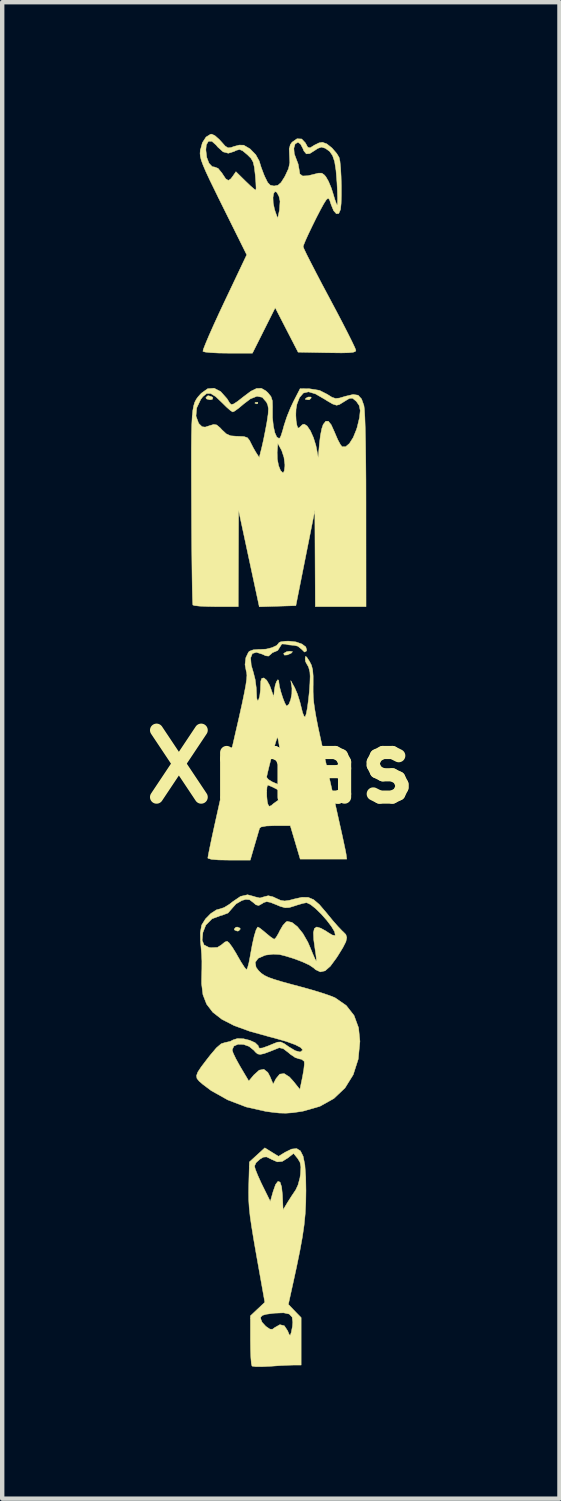
<source format=kicad_pcb>
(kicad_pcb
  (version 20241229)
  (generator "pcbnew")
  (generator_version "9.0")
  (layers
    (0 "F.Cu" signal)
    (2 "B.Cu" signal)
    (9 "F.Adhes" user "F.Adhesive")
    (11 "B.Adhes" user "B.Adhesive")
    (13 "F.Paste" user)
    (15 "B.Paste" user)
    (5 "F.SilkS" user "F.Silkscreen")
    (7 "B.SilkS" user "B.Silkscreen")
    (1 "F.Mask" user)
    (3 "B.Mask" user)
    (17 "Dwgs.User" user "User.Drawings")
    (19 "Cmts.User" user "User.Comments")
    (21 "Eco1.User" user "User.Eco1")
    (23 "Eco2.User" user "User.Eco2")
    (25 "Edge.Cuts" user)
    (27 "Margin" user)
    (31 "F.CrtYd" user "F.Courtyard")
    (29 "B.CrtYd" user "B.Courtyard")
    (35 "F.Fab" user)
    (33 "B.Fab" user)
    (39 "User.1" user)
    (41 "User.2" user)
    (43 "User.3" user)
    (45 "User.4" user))
  (footprint "Xmas"
    (layer "F.Cu")
    (at 3.346 14.414)
    (property "Reference" "Xmas" (at 0 0 0) (layer "F.SilkS") (effects (font (size 1.524 1.524) (thickness 0.3))))
    (attr through_hole)
    (fp_poly (pts (xy -0.523 -8.297) (xy -0.53 -8.27) (xy -0.554 -8.267) (xy -0.592 -8.283) (xy -0.585 -8.297) (xy -0.53 -8.303) (xy -0.523 -8.297)) (stroke (width 0.01) (type solid)) (fill yes) (layer "F.SilkS"))
    (fp_poly (pts (xy -1.564 -8.423) (xy -1.547 -8.405) (xy -1.561 -8.369) (xy -1.614 -8.359) (xy -1.69 -8.378) (xy -1.709 -8.405) (xy -1.672 -8.447) (xy -1.642 -8.451) (xy -1.564 -8.423)) (stroke (width 0.01) (type solid)) (fill yes) (layer "F.SilkS"))
    (fp_poly (pts (xy -0.931 3.673) (xy -0.924 3.695) (xy -0.961 3.736) (xy -0.993 3.741) (xy -1.054 3.716) (xy -1.062 3.695) (xy -1.025 3.654) (xy -0.993 3.648) (xy -0.931 3.673)) (stroke (width 0.01) (type solid)) (fill yes) (layer "F.SilkS"))
    (fp_poly (pts (xy 0.693 -8.404) (xy 0.655 -8.364) (xy 0.623 -8.359) (xy 0.562 -8.369) (xy 0.554 -8.377) (xy 0.59 -8.407) (xy 0.623 -8.422) (xy 0.683 -8.423) (xy 0.693 -8.404)) (stroke (width 0.01) (type solid)) (fill yes) (layer "F.SilkS"))
    (fp_poly (pts (xy 0.265 -2.624) (xy 0.246 -2.597) (xy 0.231 -2.586) (xy 0.145 -2.548) (xy 0.08 -2.545) (xy 0.065 -2.577) (xy 0.069 -2.586) (xy 0.134 -2.623) (xy 0.199 -2.632) (xy 0.265 -2.624)) (stroke (width 0.01) (type solid)) (fill yes) (layer "F.SilkS"))
    (fp_poly (pts (xy -0.209 8.774) (xy -0.053 8.87) (xy 0.1 8.776) (xy 0.245 8.705) (xy 0.36 8.693) (xy 0.446 8.746) (xy 0.507 8.868) (xy 0.547 9.066) (xy 0.567 9.346) (xy 0.572 9.652) (xy 0.568 9.924) (xy 0.555 10.178) (xy 0.53 10.434) (xy 0.49 10.709) (xy 0.433 11.023) (xy 0.357 11.394) (xy 0.291 11.698) (xy 0.171 12.242) (xy 0.316 12.393) (xy 0.462 12.543) (xy 0.462 13.624) (xy 0.289 13.624) (xy 0.157 13.628) (xy -0.029 13.637) (xy -0.231 13.651) (xy -0.254 13.652) (xy -0.431 13.661) (xy -0.571 13.66) (xy -0.65 13.649) (xy -0.658 13.644) (xy -0.672 13.586) (xy -0.683 13.456) (xy -0.69 13.272) (xy -0.693 13.056) (xy -0.693 12.562) (xy -0.462 12.562) (xy -0.428 12.648) (xy -0.345 12.739) (xy -0.339 12.744) (xy -0.25 12.805) (xy -0.191 12.808) (xy -0.139 12.77) (xy -0.022 12.704) (xy 0.079 12.729) (xy 0.153 12.841) (xy 0.154 12.842) (xy 0.192 12.934) (xy 0.214 12.946) (xy 0.236 12.884) (xy 0.238 12.877) (xy 0.264 12.742) (xy 0.272 12.648) (xy 0.257 12.531) (xy 0.191 12.462) (xy 0.062 12.434) (xy -0.141 12.442) (xy -0.161 12.444) (xy -0.327 12.466) (xy -0.419 12.492) (xy -0.457 12.53) (xy -0.462 12.562) (xy -0.693 12.562) (xy -0.693 12.503) (xy -0.529 12.348) (xy -0.365 12.194) (xy -0.556 11.122) (xy -0.619 10.759) (xy -0.666 10.469) (xy -0.7 10.235) (xy -0.721 10.038) (xy -0.732 9.862) (xy -0.734 9.687) (xy -0.731 9.524) (xy -0.719 9.092) (xy -0.6 9.092) (xy -0.581 9.166) (xy -0.528 9.298) (xy -0.453 9.465) (xy -0.42 9.533) (xy -0.24 9.897) (xy -0.176 9.671) (xy -0.119 9.51) (xy -0.065 9.44) (xy -0.018 9.458) (xy 0.017 9.565) (xy 0.037 9.756) (xy 0.037 9.766) (xy 0.051 10.089) (xy 0.152 9.921) (xy 0.24 9.782) (xy 0.325 9.655) (xy 0.338 9.637) (xy 0.391 9.523) (xy 0.434 9.363) (xy 0.447 9.275) (xy 0.456 9.113) (xy 0.436 9.005) (xy 0.382 8.916) (xy 0.381 8.916) (xy 0.29 8.804) (xy 0.162 8.905) (xy 0.032 8.986) (xy -0.082 8.996) (xy -0.219 8.936) (xy -0.228 8.93) (xy -0.325 8.883) (xy -0.398 8.889) (xy -0.478 8.936) (xy -0.564 9.014) (xy -0.6 9.092) (xy -0.6 9.092) (xy -0.719 9.092) (xy -0.716 8.998) (xy -0.541 8.838) (xy -0.365 8.677) (xy -0.209 8.774)) (stroke (width 0.01) (type solid)) (fill yes) (layer "F.SilkS"))
    (fp_poly (pts (xy 0.344 -2.845) (xy 0.48 -2.797) (xy 0.568 -2.731) (xy 0.589 -2.657) (xy 0.58 -2.636) (xy 0.538 -2.614) (xy 0.48 -2.672) (xy 0.478 -2.674) (xy 0.388 -2.747) (xy 0.31 -2.766) (xy 0.178 -2.778) (xy 0.108 -2.794) (xy 0.023 -2.798) (xy -0.022 -2.729) (xy -0.07 -2.652) (xy -0.113 -2.632) (xy -0.191 -2.6) (xy -0.23 -2.564) (xy -0.281 -2.522) (xy -0.346 -2.53) (xy -0.417 -2.564) (xy -0.557 -2.609) (xy -0.649 -2.58) (xy -0.688 -2.481) (xy -0.675 -2.317) (xy -0.625 -2.147) (xy -0.585 -1.989) (xy -0.56 -1.798) (xy -0.556 -1.709) (xy -0.549 -1.566) (xy -0.533 -1.508) (xy -0.508 -1.524) (xy -0.481 -1.61) (xy -0.465 -1.747) (xy -0.463 -1.816) (xy -0.457 -1.951) (xy -0.435 -2.014) (xy -0.39 -2.025) (xy -0.385 -2.024) (xy -0.323 -1.973) (xy -0.259 -1.862) (xy -0.235 -1.801) (xy -0.162 -1.593) (xy -0.147 -1.755) (xy -0.128 -1.861) (xy -0.098 -1.944) (xy -0.068 -1.985) (xy -0.048 -1.965) (xy -0.046 -1.934) (xy -0.033 -1.837) (xy 0.001 -1.705) (xy 0.045 -1.568) (xy 0.09 -1.453) (xy 0.127 -1.39) (xy 0.136 -1.385) (xy 0.183 -1.426) (xy 0.224 -1.528) (xy 0.25 -1.66) (xy 0.253 -1.791) (xy 0.25 -1.815) (xy 0.226 -1.963) (xy 0.316 -1.801) (xy 0.376 -1.662) (xy 0.433 -1.482) (xy 0.461 -1.369) (xy 0.495 -1.234) (xy 0.529 -1.151) (xy 0.553 -1.138) (xy 0.578 -1.206) (xy 0.604 -1.341) (xy 0.628 -1.519) (xy 0.649 -1.716) (xy 0.662 -1.906) (xy 0.667 -2.064) (xy 0.661 -2.16) (xy 0.632 -2.27) (xy 0.597 -2.334) (xy 0.595 -2.335) (xy 0.562 -2.397) (xy 0.554 -2.462) (xy 0.561 -2.515) (xy 0.588 -2.501) (xy 0.646 -2.412) (xy 0.65 -2.407) (xy 0.697 -2.315) (xy 0.724 -2.211) (xy 0.736 -2.069) (xy 0.736 -1.865) (xy 0.735 -1.83) (xy 0.735 -1.711) (xy 0.739 -1.592) (xy 0.75 -1.465) (xy 0.771 -1.316) (xy 0.802 -1.135) (xy 0.846 -0.91) (xy 0.906 -0.632) (xy 0.982 -0.288) (xy 1.077 0.132) (xy 1.099 0.231) (xy 1.185 0.611) (xy 1.265 0.966) (xy 1.336 1.286) (xy 1.397 1.558) (xy 1.443 1.774) (xy 1.474 1.92) (xy 1.486 1.986) (xy 1.501 2.101) (xy 0.441 2.101) (xy 0.215 1.339) (xy -0.125 1.339) (xy -0.331 1.347) (xy -0.449 1.369) (xy -0.484 1.397) (xy -0.505 1.467) (xy -0.544 1.6) (xy -0.593 1.767) (xy -0.6 1.79) (xy -0.697 2.124) (xy -1.18 2.124) (xy -1.421 2.12) (xy -1.582 2.106) (xy -1.657 2.084) (xy -1.663 2.075) (xy -1.652 2.007) (xy -1.622 1.857) (xy -1.575 1.631) (xy -1.511 1.337) (xy -1.432 0.982) (xy -1.341 0.574) (xy -1.336 0.555) (xy -0.322 0.555) (xy -0.32 0.678) (xy -0.309 0.793) (xy -0.294 0.853) (xy -0.266 0.899) (xy -0.22 0.883) (xy -0.164 0.834) (xy -0.066 0.765) (xy 0.015 0.739) (xy 0.084 0.716) (xy 0.085 0.659) (xy 0.023 0.584) (xy -0.091 0.509) (xy -0.206 0.452) (xy -0.284 0.419) (xy -0.298 0.416) (xy -0.315 0.456) (xy -0.322 0.555) (xy -1.336 0.555) (xy -1.265 0.239) (xy -0.323 0.239) (xy -0.285 0.287) (xy -0.193 0.344) (xy -0.081 0.392) (xy 0.015 0.414) (xy 0.017 0.414) (xy 0.078 0.394) (xy 0.079 0.318) (xy 0.078 0.312) (xy 0.062 0.222) (xy 0.038 0.066) (xy 0.012 -0.129) (xy -0.002 -0.244) (xy -0.028 -0.432) (xy -0.052 -0.578) (xy -0.071 -0.662) (xy -0.079 -0.675) (xy -0.098 -0.625) (xy -0.133 -0.51) (xy -0.177 -0.352) (xy -0.225 -0.176) (xy -0.269 -0.005) (xy -0.303 0.136) (xy -0.322 0.224) (xy -0.323 0.239) (xy -1.265 0.239) (xy -1.237 0.119) (xy -1.124 -0.375) (xy -1.041 -0.738) (xy -0.951 -1.128) (xy -0.882 -1.439) (xy -0.832 -1.68) (xy -0.798 -1.861) (xy -0.779 -1.993) (xy -0.773 -2.085) (xy -0.779 -2.148) (xy -0.788 -2.178) (xy -0.816 -2.328) (xy -0.797 -2.486) (xy -0.737 -2.611) (xy -0.715 -2.633) (xy -0.628 -2.665) (xy -0.499 -2.675) (xy -0.475 -2.674) (xy -0.337 -2.681) (xy -0.2 -2.715) (xy -0.093 -2.765) (xy -0.046 -2.82) (xy -0.046 -2.825) (xy -0.005 -2.847) (xy 0.101 -2.861) (xy 0.18 -2.863) (xy 0.344 -2.845)) (stroke (width 0.01) (type solid)) (fill yes) (layer "F.SilkS"))
    (fp_poly (pts (xy -1.371 -8.547) (xy -1.226 -8.384) (xy -1.162 -8.281) (xy -1.13 -8.252) (xy -1.077 -8.263) (xy -0.985 -8.323) (xy -0.859 -8.422) (xy -0.683 -8.554) (xy -0.551 -8.618) (xy -0.442 -8.62) (xy -0.341 -8.562) (xy -0.295 -8.52) (xy -0.225 -8.433) (xy -0.193 -8.336) (xy -0.189 -8.19) (xy -0.19 -8.162) (xy -0.19 -7.95) (xy -0.17 -7.761) (xy -0.137 -7.609) (xy -0.092 -7.51) (xy -0.042 -7.48) (xy -0.017 -7.495) (xy 0.007 -7.55) (xy 0.043 -7.665) (xy 0.073 -7.775) (xy 0.132 -7.956) (xy 0.155 -8.015) (xy 0.341 -8.015) (xy 0.348 -7.884) (xy 0.366 -7.777) (xy 0.39 -7.716) (xy 0.42 -7.723) (xy 0.423 -7.728) (xy 0.491 -7.793) (xy 0.532 -7.805) (xy 0.598 -7.763) (xy 0.672 -7.654) (xy 0.742 -7.498) (xy 0.798 -7.319) (xy 0.812 -7.251) (xy 0.851 -7.043) (xy 0.879 -7.366) (xy 0.901 -7.546) (xy 0.932 -7.701) (xy 0.964 -7.796) (xy 1.024 -7.872) (xy 1.082 -7.871) (xy 1.147 -7.79) (xy 1.223 -7.622) (xy 1.233 -7.597) (xy 1.297 -7.449) (xy 1.358 -7.336) (xy 1.396 -7.29) (xy 1.474 -7.289) (xy 1.562 -7.364) (xy 1.648 -7.5) (xy 1.722 -7.682) (xy 1.739 -7.736) (xy 1.792 -7.957) (xy 1.808 -8.114) (xy 1.785 -8.228) (xy 1.723 -8.319) (xy 1.713 -8.329) (xy 1.634 -8.394) (xy 1.567 -8.393) (xy 1.512 -8.362) (xy 1.401 -8.293) (xy 1.331 -8.25) (xy 1.269 -8.235) (xy 1.181 -8.263) (xy 1.047 -8.341) (xy 0.997 -8.373) (xy 0.79 -8.493) (xy 0.631 -8.541) (xy 0.513 -8.513) (xy 0.424 -8.409) (xy 0.366 -8.259) (xy 0.346 -8.147) (xy 0.341 -8.015) (xy 0.155 -8.015) (xy 0.216 -8.166) (xy 0.289 -8.322) (xy 0.439 -8.613) (xy 0.654 -8.61) (xy 0.881 -8.573) (xy 1.053 -8.486) (xy 1.164 -8.417) (xy 1.245 -8.389) (xy 1.336 -8.399) (xy 1.47 -8.439) (xy 1.645 -8.48) (xy 1.76 -8.463) (xy 1.838 -8.378) (xy 1.892 -8.227) (xy 1.903 -8.14) (xy 1.913 -7.966) (xy 1.922 -7.713) (xy 1.929 -7.386) (xy 1.934 -6.992) (xy 1.938 -6.536) (xy 1.939 -6.025) (xy 1.939 -5.854) (xy 1.94 -3.648) (xy 0.785 -3.648) (xy 0.774 -5.842) (xy 0.558 -4.757) (xy 0.342 -3.671) (xy -0.075 -3.658) (xy -0.491 -3.645) (xy -0.727 -4.744) (xy -0.962 -5.842) (xy -0.97 -3.648) (xy -1.475 -3.648) (xy -1.682 -3.652) (xy -1.852 -3.66) (xy -1.966 -3.673) (xy -2.004 -3.686) (xy -2.008 -3.738) (xy -2.013 -3.874) (xy -2.018 -4.083) (xy -2.022 -4.358) (xy -2.026 -4.689) (xy -2.03 -5.066) (xy -2.033 -5.481) (xy -2.035 -5.924) (xy -2.035 -5.941) (xy -2.037 -6.462) (xy -2.038 -6.9) (xy -2.038 -7.261) (xy -2.035 -7.555) (xy -2.029 -7.79) (xy -2.019 -7.974) (xy -2.017 -7.989) (xy -1.933 -7.989) (xy -1.874 -7.829) (xy -1.859 -7.809) (xy -1.794 -7.746) (xy -1.724 -7.737) (xy -1.628 -7.768) (xy -1.529 -7.798) (xy -1.46 -7.786) (xy -1.382 -7.72) (xy -1.342 -7.676) (xy -1.242 -7.583) (xy -1.143 -7.539) (xy -0.999 -7.528) (xy -0.98 -7.528) (xy -0.84 -7.522) (xy -0.761 -7.495) (xy -0.712 -7.433) (xy -0.697 -7.401) (xy -0.626 -7.262) (xy -0.566 -7.159) (xy -0.492 -7.045) (xy -0.462 -7.163) (xy -0.084 -7.163) (xy -0.08 -7.009) (xy -0.052 -6.861) (xy -0.007 -6.748) (xy 0.045 -6.697) (xy 0.052 -6.696) (xy 0.077 -6.737) (xy 0.091 -6.84) (xy 0.092 -6.883) (xy 0.071 -7.048) (xy 0.02 -7.203) (xy 0.012 -7.218) (xy -0.069 -7.366) (xy -0.084 -7.163) (xy -0.462 -7.163) (xy -0.434 -7.275) (xy -0.396 -7.442) (xy -0.354 -7.653) (xy -0.318 -7.845) (xy -0.29 -8.031) (xy -0.283 -8.154) (xy -0.298 -8.241) (xy -0.328 -8.307) (xy -0.423 -8.416) (xy -0.544 -8.44) (xy -0.694 -8.38) (xy -0.841 -8.269) (xy -0.959 -8.17) (xy -1.053 -8.102) (xy -1.095 -8.082) (xy -1.146 -8.113) (xy -1.238 -8.194) (xy -1.329 -8.284) (xy -1.481 -8.43) (xy -1.596 -8.502) (xy -1.69 -8.502) (xy -1.776 -8.432) (xy -1.825 -8.367) (xy -1.916 -8.175) (xy -1.933 -7.989) (xy -2.017 -7.989) (xy -2.005 -8.116) (xy -1.985 -8.223) (xy -1.96 -8.305) (xy -1.927 -8.369) (xy -1.888 -8.423) (xy -1.84 -8.477) (xy -1.81 -8.509) (xy -1.668 -8.611) (xy -1.519 -8.623) (xy -1.371 -8.547)) (stroke (width 0.01) (type solid)) (fill yes) (layer "F.SilkS"))
    (fp_poly (pts (xy -1.503 -14.376) (xy -1.406 -14.291) (xy -1.358 -14.239) (xy -1.268 -14.138) (xy -1.204 -14.097) (xy -1.134 -14.104) (xy -1.073 -14.127) (xy -0.949 -14.16) (xy -0.848 -14.158) (xy -0.846 -14.158) (xy -0.702 -14.074) (xy -0.572 -13.941) (xy -0.492 -13.797) (xy -0.488 -13.782) (xy -0.449 -13.656) (xy -0.39 -13.498) (xy -0.364 -13.437) (xy -0.3 -13.308) (xy -0.24 -13.246) (xy -0.16 -13.229) (xy -0.149 -13.229) (xy -0.066 -13.246) (xy 0.004 -13.306) (xy 0.082 -13.429) (xy 0.1 -13.462) (xy 0.175 -13.624) (xy 0.204 -13.76) (xy 0.197 -13.913) (xy 0.19 -14.069) (xy 0.195 -14.088) (xy 0.296 -14.088) (xy 0.306 -13.962) (xy 0.343 -13.862) (xy 0.394 -13.728) (xy 0.416 -13.606) (xy 0.433 -13.502) (xy 0.496 -13.456) (xy 0.618 -13.462) (xy 0.726 -13.488) (xy 0.857 -13.521) (xy 0.934 -13.52) (xy 0.99 -13.48) (xy 1.025 -13.439) (xy 1.085 -13.335) (xy 1.149 -13.181) (xy 1.187 -13.062) (xy 1.23 -12.92) (xy 1.266 -12.822) (xy 1.285 -12.792) (xy 1.291 -12.835) (xy 1.292 -12.952) (xy 1.287 -13.124) (xy 1.278 -13.307) (xy 1.256 -13.583) (xy 1.225 -13.782) (xy 1.178 -13.921) (xy 1.111 -14.017) (xy 1.016 -14.085) (xy 1.01 -14.088) (xy 0.926 -14.114) (xy 0.84 -14.084) (xy 0.781 -14.044) (xy 0.659 -13.967) (xy 0.58 -13.96) (xy 0.525 -14.026) (xy 0.501 -14.085) (xy 0.449 -14.182) (xy 0.391 -14.224) (xy 0.389 -14.224) (xy 0.325 -14.185) (xy 0.296 -14.088) (xy 0.195 -14.088) (xy 0.216 -14.171) (xy 0.255 -14.225) (xy 0.368 -14.304) (xy 0.475 -14.299) (xy 0.558 -14.211) (xy 0.563 -14.201) (xy 0.613 -14.111) (xy 0.666 -14.097) (xy 0.754 -14.152) (xy 0.759 -14.156) (xy 0.871 -14.211) (xy 0.947 -14.224) (xy 1.047 -14.187) (xy 1.164 -14.094) (xy 1.273 -13.968) (xy 1.327 -13.878) (xy 1.346 -13.793) (xy 1.361 -13.641) (xy 1.372 -13.445) (xy 1.378 -13.229) (xy 1.378 -13.017) (xy 1.373 -12.834) (xy 1.36 -12.703) (xy 1.358 -12.691) (xy 1.319 -12.602) (xy 1.264 -12.596) (xy 1.202 -12.666) (xy 1.146 -12.802) (xy 1.109 -12.914) (xy 1.079 -12.95) (xy 1.042 -12.922) (xy 1.026 -12.901) (xy 0.975 -12.82) (xy 0.9 -12.683) (xy 0.811 -12.511) (xy 0.719 -12.325) (xy 0.632 -12.144) (xy 0.562 -11.99) (xy 0.518 -11.882) (xy 0.508 -11.846) (xy 0.529 -11.793) (xy 0.588 -11.669) (xy 0.681 -11.486) (xy 0.8 -11.255) (xy 0.94 -10.987) (xy 1.097 -10.693) (xy 1.108 -10.672) (xy 1.266 -10.375) (xy 1.408 -10.104) (xy 1.529 -9.868) (xy 1.623 -9.679) (xy 1.685 -9.548) (xy 1.709 -9.486) (xy 1.709 -9.485) (xy 1.695 -9.458) (xy 1.644 -9.441) (xy 1.544 -9.431) (xy 1.381 -9.427) (xy 1.143 -9.43) (xy 1.051 -9.431) (xy 0.393 -9.444) (xy 0.132 -9.95) (xy -0.128 -10.456) (xy -0.647 -9.421) (xy -1.198 -9.421) (xy -1.415 -9.424) (xy -1.596 -9.433) (xy -1.722 -9.446) (xy -1.775 -9.462) (xy -1.763 -9.513) (xy -1.715 -9.636) (xy -1.638 -9.819) (xy -1.535 -10.051) (xy -1.412 -10.32) (xy -1.289 -10.582) (xy -0.777 -11.661) (xy -1.319 -12.753) (xy -1.424 -12.965) (xy -0.179 -12.965) (xy -0.174 -12.841) (xy -0.145 -12.701) (xy -0.129 -12.649) (xy -0.072 -12.492) (xy -0.032 -12.677) (xy -0.018 -12.881) (xy -0.042 -12.991) (xy -0.092 -13.085) (xy -0.134 -13.102) (xy -0.164 -13.057) (xy -0.179 -12.965) (xy -1.424 -12.965) (xy -1.483 -13.086) (xy -1.611 -13.348) (xy -1.705 -13.549) (xy -1.77 -13.701) (xy -1.812 -13.814) (xy -1.833 -13.9) (xy -1.84 -13.97) (xy -1.835 -14.034) (xy -1.835 -14.038) (xy -1.831 -14.052) (xy -1.708 -14.052) (xy -1.688 -13.881) (xy -1.636 -13.746) (xy -1.563 -13.669) (xy -1.51 -13.66) (xy -1.43 -13.63) (xy -1.341 -13.522) (xy -1.334 -13.51) (xy -1.256 -13.393) (xy -1.197 -13.355) (xy -1.139 -13.392) (xy -1.095 -13.45) (xy -1.023 -13.554) (xy -0.803 -13.337) (xy -0.69 -13.229) (xy -0.605 -13.156) (xy -0.567 -13.134) (xy -0.567 -13.134) (xy -0.564 -13.183) (xy -0.569 -13.301) (xy -0.581 -13.461) (xy -0.583 -13.479) (xy -0.604 -13.659) (xy -0.632 -13.775) (xy -0.68 -13.859) (xy -0.76 -13.939) (xy -0.771 -13.948) (xy -0.871 -14.031) (xy -0.94 -14.059) (xy -1.013 -14.041) (xy -1.064 -14.015) (xy -1.197 -13.974) (xy -1.315 -14.006) (xy -1.438 -14.117) (xy -1.473 -14.16) (xy -1.571 -14.247) (xy -1.649 -14.248) (xy -1.697 -14.165) (xy -1.708 -14.052) (xy -1.831 -14.052) (xy -1.787 -14.214) (xy -1.704 -14.343) (xy -1.602 -14.406) (xy -1.575 -14.409) (xy -1.503 -14.376)) (stroke (width 0.01) (type solid)) (fill yes) (layer "F.SilkS"))
    (fp_poly (pts (xy -0.601 2.955) (xy -0.591 2.96) (xy -0.476 2.987) (xy -0.385 2.96) (xy -0.287 2.935) (xy -0.18 2.96) (xy -0.108 2.994) (xy -0.003 3.041) (xy 0.087 3.055) (xy 0.2 3.038) (xy 0.301 3.011) (xy 0.48 2.971) (xy 0.621 2.972) (xy 0.746 3.024) (xy 0.875 3.134) (xy 1.028 3.313) (xy 1.048 3.337) (xy 1.179 3.497) (xy 1.301 3.636) (xy 1.395 3.734) (xy 1.42 3.757) (xy 1.48 3.818) (xy 1.501 3.888) (xy 1.481 3.982) (xy 1.413 4.116) (xy 1.296 4.306) (xy 1.265 4.353) (xy 1.127 4.541) (xy 1.008 4.645) (xy 0.899 4.67) (xy 0.791 4.619) (xy 0.744 4.577) (xy 0.648 4.513) (xy 0.488 4.439) (xy 0.291 4.365) (xy 0.084 4.302) (xy -0.031 4.274) (xy -0.173 4.266) (xy -0.336 4.286) (xy -0.363 4.293) (xy -0.516 4.36) (xy -0.584 4.453) (xy -0.564 4.566) (xy -0.508 4.641) (xy -0.449 4.698) (xy -0.382 4.746) (xy -0.291 4.791) (xy -0.162 4.837) (xy 0.018 4.892) (xy 0.266 4.96) (xy 0.45 5.009) (xy 0.692 5.076) (xy 0.917 5.144) (xy 1.102 5.206) (xy 1.224 5.254) (xy 1.236 5.26) (xy 1.489 5.435) (xy 1.667 5.662) (xy 1.77 5.943) (xy 1.801 6.251) (xy 1.762 6.657) (xy 1.648 7.012) (xy 1.461 7.313) (xy 1.207 7.554) (xy 0.888 7.732) (xy 0.508 7.841) (xy 0.462 7.849) (xy 0.268 7.877) (xy 0.114 7.888) (xy -0.038 7.884) (xy -0.224 7.863) (xy -0.345 7.846) (xy -0.786 7.747) (xy -1.208 7.586) (xy -1.585 7.375) (xy -1.778 7.23) (xy -1.861 7.158) (xy -1.91 7.097) (xy -1.921 7.034) (xy -1.891 6.951) (xy -1.814 6.834) (xy -1.687 6.667) (xy -1.605 6.562) (xy -1.509 6.449) (xy -1.108 6.449) (xy -1.086 6.519) (xy -1.026 6.645) (xy -0.941 6.799) (xy -0.919 6.837) (xy -0.73 7.155) (xy -0.615 7.018) (xy -0.493 6.908) (xy -0.387 6.888) (xy -0.297 6.959) (xy -0.247 7.053) (xy -0.175 7.225) (xy -0.109 7.099) (xy -0.025 6.998) (xy 0.076 6.986) (xy 0.196 7.063) (xy 0.284 7.16) (xy 0.434 7.347) (xy 0.494 7.056) (xy 0.522 6.896) (xy 0.536 6.769) (xy 0.532 6.708) (xy 0.474 6.661) (xy 0.417 6.65) (xy 0.326 6.62) (xy 0.213 6.543) (xy 0.176 6.51) (xy 0.055 6.418) (xy -0.035 6.397) (xy -0.043 6.399) (xy -0.247 6.481) (xy -0.383 6.531) (xy -0.471 6.549) (xy -0.529 6.538) (xy -0.576 6.499) (xy -0.613 6.456) (xy -0.723 6.367) (xy -0.852 6.321) (xy -0.976 6.318) (xy -1.07 6.36) (xy -1.108 6.445) (xy -1.108 6.449) (xy -1.509 6.449) (xy -1.466 6.398) (xy -1.359 6.307) (xy -1.279 6.281) (xy -1.153 6.253) (xy -1.086 6.218) (xy -0.987 6.187) (xy -0.851 6.193) (xy -0.708 6.228) (xy -0.586 6.283) (xy -0.515 6.351) (xy -0.508 6.38) (xy -0.487 6.409) (xy -0.416 6.402) (xy -0.283 6.354) (xy -0.178 6.31) (xy -0.076 6.27) (xy -0.002 6.266) (xy 0.08 6.305) (xy 0.184 6.378) (xy 0.329 6.465) (xy 0.434 6.493) (xy 0.454 6.488) (xy 0.498 6.447) (xy 0.454 6.393) (xy 0.329 6.328) (xy 0.126 6.254) (xy -0.151 6.175) (xy -0.263 6.146) (xy -0.706 6.023) (xy -1.064 5.893) (xy -1.343 5.75) (xy -1.55 5.589) (xy -1.691 5.404) (xy -1.774 5.19) (xy -1.805 4.94) (xy -1.805 4.838) (xy -1.799 4.602) (xy -1.798 4.423) (xy -1.805 4.266) (xy -1.819 4.096) (xy -1.828 4.003) (xy -1.83 3.947) (xy -1.793 3.947) (xy -1.749 4.056) (xy -1.64 4.111) (xy -1.591 4.119) (xy -1.444 4.112) (xy -1.354 4.055) (xy -1.275 3.99) (xy -1.224 3.972) (xy -1.178 4.009) (xy -1.104 4.11) (xy -1.016 4.253) (xy -0.993 4.295) (xy -0.906 4.446) (xy -0.833 4.559) (xy -0.788 4.615) (xy -0.781 4.618) (xy -0.758 4.576) (xy -0.728 4.465) (xy -0.698 4.308) (xy -0.694 4.283) (xy -0.65 4.044) (xy -0.606 3.849) (xy -0.564 3.713) (xy -0.529 3.651) (xy -0.522 3.648) (xy -0.475 3.676) (xy -0.387 3.746) (xy -0.339 3.787) (xy -0.238 3.87) (xy -0.164 3.92) (xy -0.147 3.925) (xy -0.109 3.887) (xy -0.052 3.791) (xy -0.022 3.729) (xy 0.048 3.609) (xy 0.119 3.532) (xy 0.146 3.519) (xy 0.253 3.543) (xy 0.376 3.639) (xy 0.501 3.794) (xy 0.615 3.992) (xy 0.666 4.11) (xy 0.729 4.264) (xy 0.778 4.375) (xy 0.806 4.424) (xy 0.808 4.425) (xy 0.809 4.375) (xy 0.796 4.264) (xy 0.783 4.179) (xy 0.749 3.938) (xy 0.742 3.776) (xy 0.763 3.683) (xy 0.812 3.649) (xy 0.822 3.648) (xy 0.91 3.675) (xy 1.028 3.74) (xy 1.064 3.765) (xy 1.168 3.829) (xy 1.231 3.842) (xy 1.239 3.832) (xy 1.224 3.755) (xy 1.154 3.637) (xy 1.048 3.497) (xy 0.922 3.354) (xy 0.792 3.227) (xy 0.675 3.134) (xy 0.589 3.094) (xy 0.583 3.094) (xy 0.503 3.109) (xy 0.376 3.146) (xy 0.319 3.165) (xy 0.193 3.204) (xy 0.098 3.209) (xy -0.01 3.179) (xy -0.103 3.14) (xy -0.239 3.086) (xy -0.323 3.07) (xy -0.388 3.09) (xy -0.426 3.115) (xy -0.504 3.158) (xy -0.567 3.142) (xy -0.629 3.089) (xy -0.713 3.026) (xy -0.799 3.019) (xy -0.885 3.043) (xy -1.019 3.12) (xy -1.114 3.226) (xy -1.203 3.329) (xy -1.341 3.381) (xy -1.37 3.387) (xy -1.568 3.461) (xy -1.709 3.604) (xy -1.776 3.774) (xy -1.793 3.947) (xy -1.83 3.947) (xy -1.835 3.78) (xy -1.805 3.611) (xy -1.8 3.598) (xy -1.716 3.463) (xy -1.596 3.341) (xy -1.467 3.257) (xy -1.378 3.233) (xy -1.291 3.204) (xy -1.171 3.13) (xy -1.096 3.071) (xy -0.918 2.95) (xy -0.758 2.913) (xy -0.601 2.955)) (stroke (width 0.01) (type solid)) (fill yes) (layer "F.SilkS")))
  (gr_rect
    (start -3 -3)
    (end 9.691 31.08)
    (stroke (width 0.1) (type default))
    (fill no)
    (layer "Edge.Cuts")))
</source>
